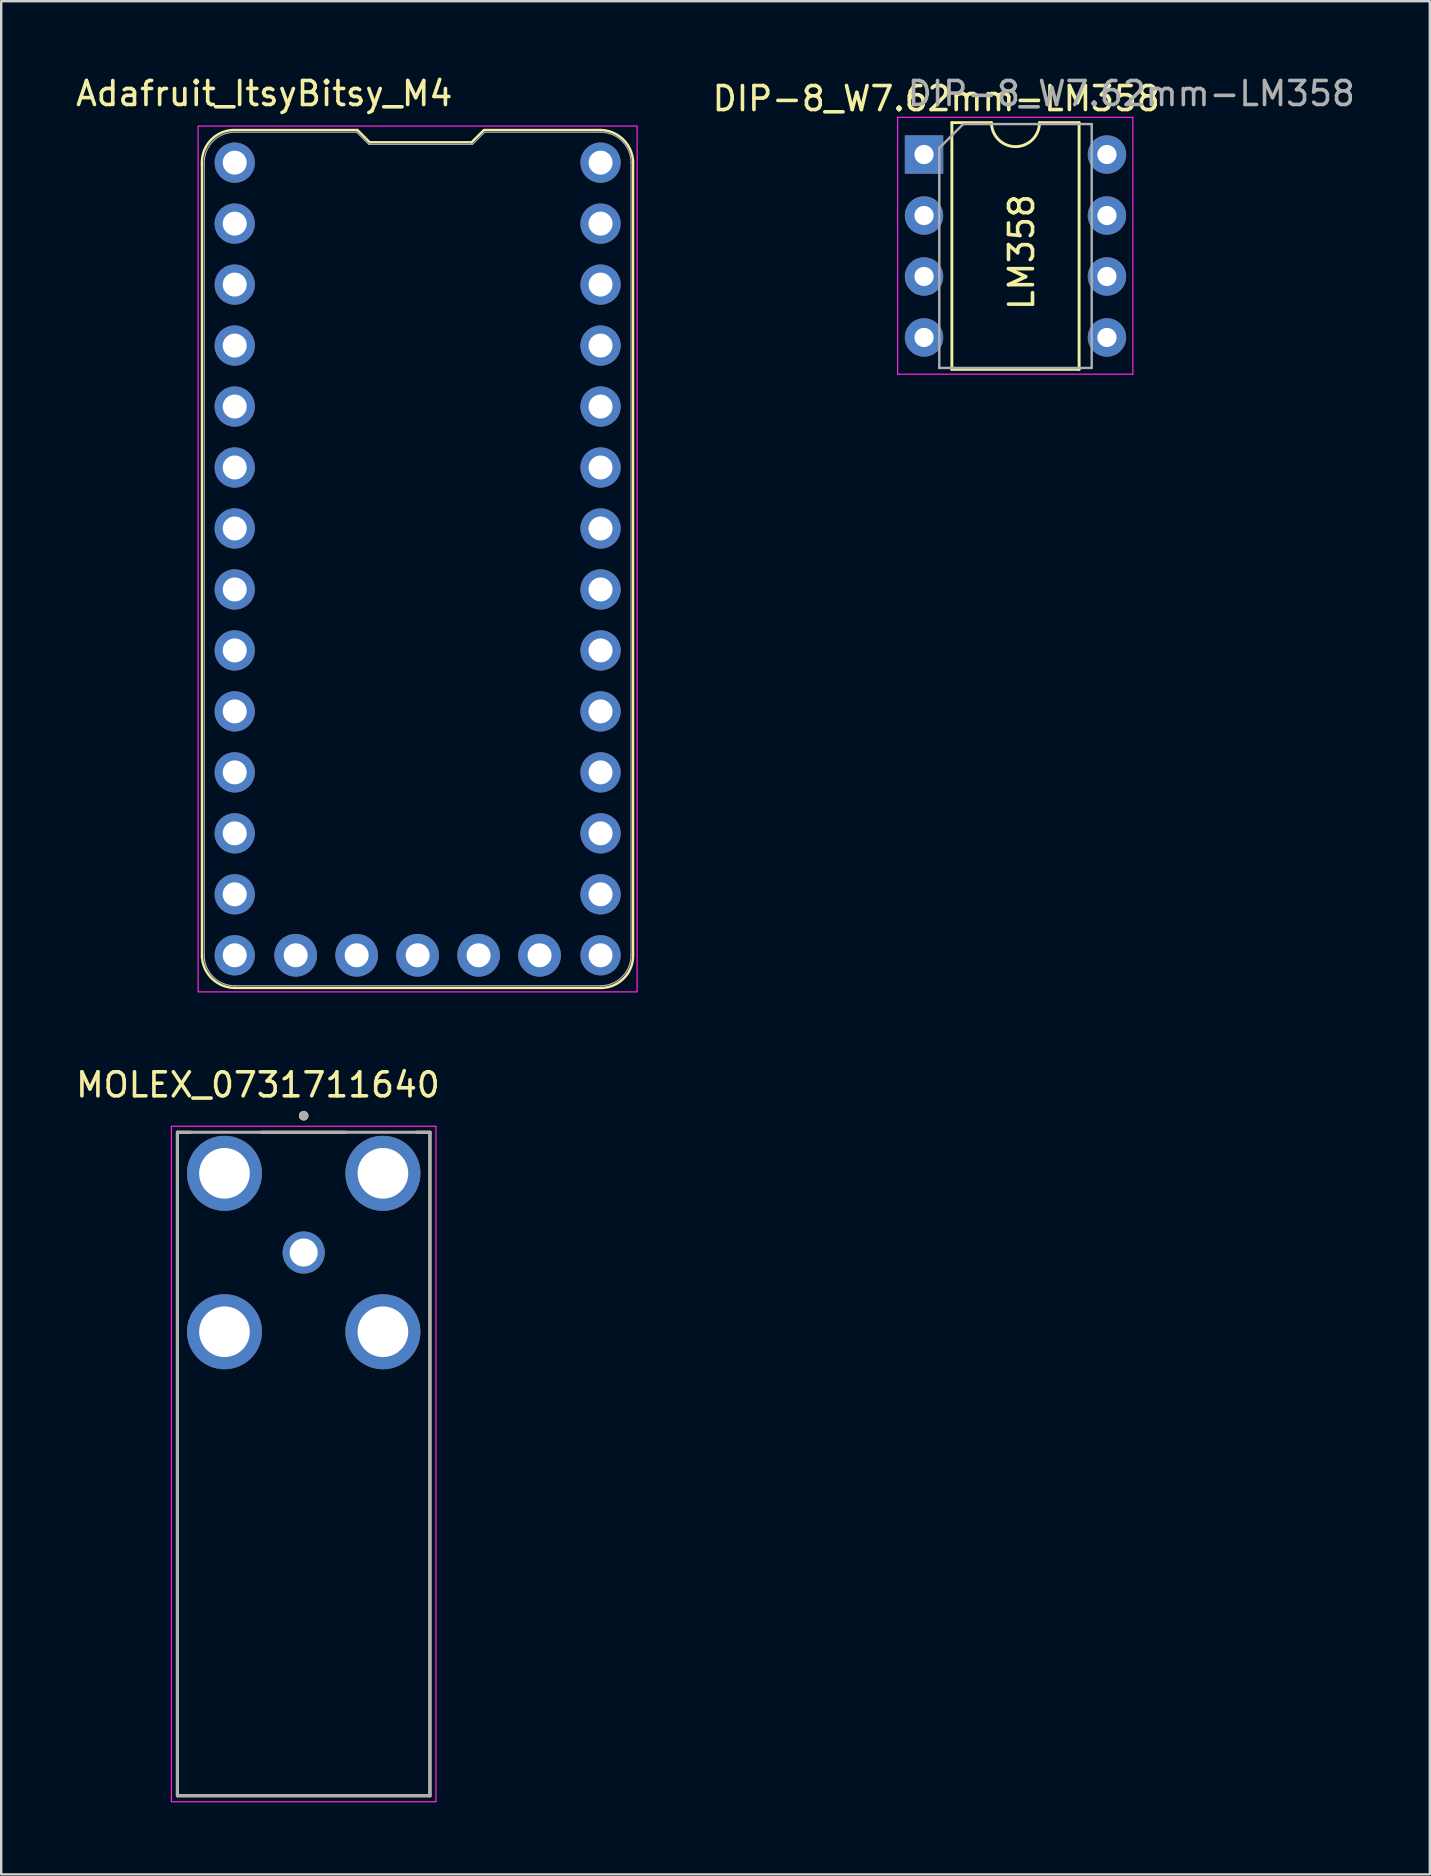
<source format=kicad_pcb>
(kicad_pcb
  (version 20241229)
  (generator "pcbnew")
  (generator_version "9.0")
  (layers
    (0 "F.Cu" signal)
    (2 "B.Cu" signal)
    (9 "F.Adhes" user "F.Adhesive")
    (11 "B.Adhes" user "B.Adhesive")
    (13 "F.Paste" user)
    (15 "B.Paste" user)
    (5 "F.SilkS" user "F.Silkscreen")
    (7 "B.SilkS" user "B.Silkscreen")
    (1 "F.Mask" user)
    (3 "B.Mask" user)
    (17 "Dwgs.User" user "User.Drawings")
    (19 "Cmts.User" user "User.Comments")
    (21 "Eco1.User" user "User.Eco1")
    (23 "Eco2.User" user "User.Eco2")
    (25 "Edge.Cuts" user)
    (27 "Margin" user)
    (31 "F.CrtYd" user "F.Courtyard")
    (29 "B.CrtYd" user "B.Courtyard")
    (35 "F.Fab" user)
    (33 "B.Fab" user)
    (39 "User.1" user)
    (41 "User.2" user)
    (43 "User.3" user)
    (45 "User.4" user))
  (footprint "MOLEX_0731711640"
    (layer "F.Cu")
    (at 9.601 49.129)
    (property "Reference" "MOLEX_0731711640" (at -1.905 -6.985 0) (layer "F.SilkS") (effects (font (size 1 1) (thickness 0.15))))
    (attr through_hole)
    (fp_line (start -5.26 -5.01) (end -4.7 -5.01) (stroke (width 0.127) (type solid)) (layer "F.SilkS"))
    (fp_line (start -5.26 22.63) (end -5.26 -5.01) (stroke (width 0.127) (type solid)) (layer "F.SilkS"))
    (fp_line (start -1.75 -5.01) (end 1.75 -5.01) (stroke (width 0.127) (type solid)) (layer "F.SilkS"))
    (fp_line (start 4.7 -5.01) (end 5.26 -5.01) (stroke (width 0.127) (type solid)) (layer "F.SilkS"))
    (fp_line (start 5.26 -5.01) (end 5.26 22.63) (stroke (width 0.127) (type solid)) (layer "F.SilkS"))
    (fp_line (start 5.26 22.63) (end -5.26 22.63) (stroke (width 0.127) (type solid)) (layer "F.SilkS"))
    (fp_circle (center 0 -5.7) (end 0.1 -5.7) (stroke (width 0.2) (type solid)) (fill no) (layer "F.SilkS"))
    (fp_line (start -5.51 -5.26) (end 5.51 -5.26) (stroke (width 0.05) (type solid)) (layer "F.CrtYd"))
    (fp_line (start -5.51 22.88) (end -5.51 -5.26) (stroke (width 0.05) (type solid)) (layer "F.CrtYd"))
    (fp_line (start 5.51 -5.26) (end 5.51 22.88) (stroke (width 0.05) (type solid)) (layer "F.CrtYd"))
    (fp_line (start 5.51 22.88) (end -5.51 22.88) (stroke (width 0.05) (type solid)) (layer "F.CrtYd"))
    (fp_line (start -5.26 -5.01) (end 5.26 -5.01) (stroke (width 0.127) (type solid)) (layer "F.Fab"))
    (fp_line (start -5.26 22.63) (end -5.26 -5.01) (stroke (width 0.127) (type solid)) (layer "F.Fab"))
    (fp_line (start 5.26 -5.01) (end 5.26 22.63) (stroke (width 0.127) (type solid)) (layer "F.Fab"))
    (fp_line (start 5.26 22.63) (end -5.26 22.63) (stroke (width 0.127) (type solid)) (layer "F.Fab"))
    (fp_circle (center 0 -5.7) (end 0.1 -5.7) (stroke (width 0.2) (type solid)) (fill no) (layer "F.Fab"))
    (pad "1" thru_hole circle (at 0 0) (size 1.755 1.755) (drill 1.17) (layers "*.Cu" "*.Mask"))
    (pad "2" thru_hole circle (at -3.3 -3.3) (size 3.126 3.126) (drill 2.11) (layers "*.Cu" "*.Mask"))
    (pad "3" thru_hole circle (at 3.3 -3.3) (size 3.126 3.126) (drill 2.11) (layers "*.Cu" "*.Mask"))
    (pad "4" thru_hole circle (at 3.3 3.3) (size 3.126 3.126) (drill 2.11) (layers "*.Cu" "*.Mask"))
    (pad "5" thru_hole circle (at -3.3 3.3) (size 3.126 3.126) (drill 2.11) (layers "*.Cu" "*.Mask")))
  (footprint "Adafruit_ItsyBitsy_M4"
    (layer "F.Cu")
    (at 14.562 21.168)
    (property "Reference" "Adafruit_ItsyBitsy_M4" (at -6.604 -20.32 0) (unlocked yes) (layer "F.SilkS") (effects (font (size 1 1) (thickness 0.15))))
    (attr through_hole)
    (fp_line (start -9.199 -17.382) (end -9.199 15.638) (stroke (width 0.1) (type solid)) (layer "F.SilkS"))
    (fp_line (start -7.814 16.938) (end 7.466 16.938) (stroke (width 0.1) (type solid)) (layer "F.SilkS"))
    (fp_line (start -2.734 -18.802) (end -7.874 -18.802) (stroke (width 0.1) (type solid)) (layer "F.SilkS"))
    (fp_line (start -2.214 -18.292) (end -2.722 -18.8) (stroke (width 0.1) (type solid)) (layer "F.SilkS"))
    (fp_line (start 2.036 -18.292) (end -2.204 -18.292) (stroke (width 0.1) (type solid)) (layer "F.SilkS"))
    (fp_line (start 2.54 -18.796) (end 2.032 -18.288) (stroke (width 0.1) (type solid)) (layer "F.SilkS"))
    (fp_line (start 7.386 -18.802) (end 2.56 -18.802) (stroke (width 0.1) (type solid)) (layer "F.SilkS"))
    (fp_line (start 8.761 15.518) (end 8.761 -17.502) (stroke (width 0.1) (type solid)) (layer "F.SilkS"))
    (fp_arc (start -9.199 -17.382) (mid -8.849361 -18.363641) (end -7.904 -18.802) (stroke (width 0.1) (type solid)) (layer "F.SilkS"))
    (fp_arc (start -7.824 16.938) (mid -8.770132 16.561553) (end -9.199 15.638) (stroke (width 0.1) (type solid)) (layer "F.SilkS"))
    (fp_arc (start 7.386 -18.802) (mid 8.332127 -18.425548) (end 8.761 -17.502) (stroke (width 0.1) (type solid)) (layer "F.SilkS"))
    (fp_arc (start 8.761 15.518) (mid 8.411359 16.499644) (end 7.466 16.938) (stroke (width 0.1) (type solid)) (layer "F.SilkS"))
    (fp_rect (start 8.93 17.102) (end -9.358 -18.966) (stroke (width 0.05) (type default)) (fill no) (layer "F.CrtYd"))
    (fp_line (start -9.104 -17.442) (end -9.104 15.578) (stroke (width 0.05) (type solid)) (layer "F.Fab"))
    (fp_line (start -7.834 16.848) (end 7.406 16.848) (stroke (width 0.05) (type solid)) (layer "F.Fab"))
    (fp_line (start -2.754 -18.712) (end -7.834 -18.712) (stroke (width 0.05) (type solid)) (layer "F.Fab"))
    (fp_line (start -2.246 -18.204) (end -2.754 -18.712) (stroke (width 0.05) (type solid)) (layer "F.Fab"))
    (fp_line (start 2.072 -18.204) (end -2.246 -18.204) (stroke (width 0.05) (type solid)) (layer "F.Fab"))
    (fp_line (start 2.58 -18.712) (end 2.072 -18.204) (stroke (width 0.05) (type solid)) (layer "F.Fab"))
    (fp_line (start 7.406 -18.712) (end 2.58 -18.712) (stroke (width 0.05) (type solid)) (layer "F.Fab"))
    (fp_line (start 8.676 15.578) (end 8.676 -17.442) (stroke (width 0.05) (type solid)) (layer "F.Fab"))
    (fp_arc (start -9.104 -17.442) (mid -8.732026 -18.340026) (end -7.834 -18.712) (stroke (width 0.05) (type solid)) (layer "F.Fab"))
    (fp_arc (start -7.834 16.848) (mid -8.732034 16.476034) (end -9.104 15.578) (stroke (width 0.05) (type solid)) (layer "F.Fab"))
    (fp_arc (start 7.406 -18.712) (mid 8.304026 -18.340026) (end 8.676 -17.442) (stroke (width 0.05) (type solid)) (layer "F.Fab"))
    (fp_arc (start 8.676 15.578) (mid 8.304055 16.476055) (end 7.406 16.848) (stroke (width 0.05) (type solid)) (layer "F.Fab"))
    (pad "1" thru_hole circle (at -7.834 -17.442) (size 1.676 1.676) (drill 1) (layers "*.Cu" "*.Mask"))
    (pad "2" thru_hole circle (at -7.834 -14.902 180) (size 1.676 1.676) (drill 1) (layers "*.Cu" "*.Mask"))
    (pad "3" thru_hole circle (at -7.834 -12.362 180) (size 1.676 1.676) (drill 1) (layers "*.Cu" "*.Mask"))
    (pad "4" thru_hole circle (at -7.834 -9.822 180) (size 1.676 1.676) (drill 1) (layers "*.Cu" "*.Mask"))
    (pad "5" thru_hole circle (at -7.834 -7.282 180) (size 1.676 1.676) (drill 1) (layers "*.Cu" "*.Mask"))
    (pad "6" thru_hole circle (at -7.834 -4.742 180) (size 1.676 1.676) (drill 1) (layers "*.Cu" "*.Mask"))
    (pad "7" thru_hole circle (at -7.834 -2.202 180) (size 1.676 1.676) (drill 1) (layers "*.Cu" "*.Mask"))
    (pad "8" thru_hole circle (at -7.834 0.338 180) (size 1.676 1.676) (drill 1) (layers "*.Cu" "*.Mask"))
    (pad "9" thru_hole circle (at -7.834 2.878 180) (size 1.676 1.676) (drill 1) (layers "*.Cu" "*.Mask"))
    (pad "10" thru_hole circle (at -7.834 5.418 180) (size 1.676 1.676) (drill 1) (layers "*.Cu" "*.Mask"))
    (pad "11" thru_hole circle (at -7.834 7.958 180) (size 1.676 1.676) (drill 1) (layers "*.Cu" "*.Mask"))
    (pad "12" thru_hole circle (at -7.834 10.498 180) (size 1.676 1.676) (drill 1) (layers "*.Cu" "*.Mask"))
    (pad "13" thru_hole circle (at -7.834 13.038 180) (size 1.676 1.676) (drill 1) (layers "*.Cu" "*.Mask"))
    (pad "14" thru_hole circle (at -7.834 15.578 180) (size 1.676 1.676) (drill 1) (layers "*.Cu" "*.Mask"))
    (pad "15" thru_hole circle (at 7.406 15.578) (size 1.676 1.676) (drill 1) (layers "*.Cu" "*.Mask"))
    (pad "16" thru_hole circle (at 7.406 13.038) (size 1.676 1.676) (drill 1) (layers "*.Cu" "*.Mask"))
    (pad "17" thru_hole circle (at 7.406 10.498) (size 1.676 1.676) (drill 1) (layers "*.Cu" "*.Mask"))
    (pad "18" thru_hole circle (at 7.406 7.958) (size 1.676 1.676) (drill 1) (layers "*.Cu" "*.Mask"))
    (pad "19" thru_hole circle (at 7.406 5.418) (size 1.676 1.676) (drill 1) (layers "*.Cu" "*.Mask"))
    (pad "20" thru_hole circle (at 7.406 2.878) (size 1.676 1.676) (drill 1) (layers "*.Cu" "*.Mask"))
    (pad "21" thru_hole circle (at 7.406 0.338) (size 1.676 1.676) (drill 1) (layers "*.Cu" "*.Mask"))
    (pad "22" thru_hole circle (at 7.406 -2.202) (size 1.676 1.676) (drill 1) (layers "*.Cu" "*.Mask"))
    (pad "23" thru_hole circle (at 7.406 -4.742) (size 1.676 1.676) (drill 1) (layers "*.Cu" "*.Mask"))
    (pad "24" thru_hole circle (at 7.406 -7.282) (size 1.676 1.676) (drill 1) (layers "*.Cu" "*.Mask"))
    (pad "25" thru_hole circle (at 7.406 -9.822) (size 1.676 1.676) (drill 1) (layers "*.Cu" "*.Mask"))
    (pad "26" thru_hole circle (at 7.406 -12.362) (size 1.676 1.676) (drill 1) (layers "*.Cu" "*.Mask"))
    (pad "27" thru_hole circle (at 7.406 -14.902) (size 1.676 1.676) (drill 1) (layers "*.Cu" "*.Mask"))
    (pad "28" thru_hole circle (at 7.406 -17.442) (size 1.676 1.676) (drill 1) (layers "*.Cu" "*.Mask"))
    (pad "29" thru_hole circle (at -5.294 15.578 90) (size 1.778 1.778) (drill 1) (layers "*.Cu" "*.Mask"))
    (pad "30" thru_hole circle (at -2.754 15.578 90) (size 1.778 1.778) (drill 1) (layers "*.Cu" "*.Mask"))
    (pad "31" thru_hole circle (at -0.214 15.578 90) (size 1.778 1.778) (drill 1) (layers "*.Cu" "*.Mask"))
    (pad "32" thru_hole circle (at 2.326 15.578 90) (size 1.778 1.778) (drill 1) (layers "*.Cu" "*.Mask"))
    (pad "33" thru_hole circle (at 4.866 15.578 90) (size 1.778 1.778) (drill 1) (layers "*.Cu" "*.Mask")))
  (footprint "DIP-8_W7.62mm-LM358"
    (layer "F.Cu")
    (at 35.444 3.388)
    (property "Reference" "DIP-8_W7.62mm-LM358" (at 0.508 -2.33 0) (layer "F.SilkS") (effects (font (size 1 1) (thickness 0.15))))
    (attr through_hole)
    (fp_line (start 1.16 -1.33) (end 1.16 8.95) (stroke (width 0.12) (type solid)) (layer "F.SilkS"))
    (fp_line (start 1.16 8.95) (end 6.46 8.95) (stroke (width 0.12) (type solid)) (layer "F.SilkS"))
    (fp_line (start 2.81 -1.33) (end 1.16 -1.33) (stroke (width 0.12) (type solid)) (layer "F.SilkS"))
    (fp_line (start 6.46 -1.33) (end 4.81 -1.33) (stroke (width 0.12) (type solid)) (layer "F.SilkS"))
    (fp_line (start 6.46 8.95) (end 6.46 -1.33) (stroke (width 0.12) (type solid)) (layer "F.SilkS"))
    (fp_arc (start 4.81 -1.33) (mid 3.81 -0.33) (end 2.81 -1.33) (stroke (width 0.12) (type solid)) (layer "F.SilkS"))
    (fp_line (start -1.1 -1.55) (end -1.1 9.15) (stroke (width 0.05) (type solid)) (layer "F.CrtYd"))
    (fp_line (start -1.1 9.15) (end 8.7 9.15) (stroke (width 0.05) (type solid)) (layer "F.CrtYd"))
    (fp_line (start 8.7 -1.55) (end -1.1 -1.55) (stroke (width 0.05) (type solid)) (layer "F.CrtYd"))
    (fp_line (start 8.7 9.15) (end 8.7 -1.55) (stroke (width 0.05) (type solid)) (layer "F.CrtYd"))
    (fp_line (start 0.635 -0.27) (end 1.635 -1.27) (stroke (width 0.1) (type solid)) (layer "F.Fab"))
    (fp_line (start 0.635 8.89) (end 0.635 -0.27) (stroke (width 0.1) (type solid)) (layer "F.Fab"))
    (fp_line (start 1.635 -1.27) (end 6.985 -1.27) (stroke (width 0.1) (type solid)) (layer "F.Fab"))
    (fp_line (start 6.985 -1.27) (end 6.985 8.89) (stroke (width 0.1) (type solid)) (layer "F.Fab"))
    (fp_line (start 6.985 8.89) (end 0.635 8.89) (stroke (width 0.1) (type solid)) (layer "F.Fab"))
    (fp_text user "LM358" (at 4.064 4.064 270) (layer "F.SilkS") (effects (font (size 1 1) (thickness 0.15))))
    (fp_text user "${REFERENCE}" (at 8.636 -2.54 0) (layer "F.Fab") (effects (font (size 1 1) (thickness 0.15))))
    (pad "1" thru_hole rect (at 0 0) (size 1.6 1.6) (drill 0.8) (layers "*.Cu" "*.Mask"))
    (pad "2" thru_hole oval (at 0 2.54) (size 1.6 1.6) (drill 0.8) (layers "*.Cu" "*.Mask"))
    (pad "3" thru_hole oval (at 0 5.08) (size 1.6 1.6) (drill 0.8) (layers "*.Cu" "*.Mask"))
    (pad "4" thru_hole oval (at 0 7.62) (size 1.6 1.6) (drill 0.8) (layers "*.Cu" "*.Mask"))
    (pad "5" thru_hole oval (at 7.62 7.62) (size 1.6 1.6) (drill 0.8) (layers "*.Cu" "*.Mask"))
    (pad "6" thru_hole oval (at 7.62 5.08) (size 1.6 1.6) (drill 0.8) (layers "*.Cu" "*.Mask"))
    (pad "7" thru_hole oval (at 7.62 2.54) (size 1.6 1.6) (drill 0.8) (layers "*.Cu" "*.Mask"))
    (pad "8" thru_hole oval (at 7.62 0) (size 1.6 1.6) (drill 0.8) (layers "*.Cu" "*.Mask")))
  (gr_rect
    (start -3 -3)
    (end 56.514 75.034)
    (stroke (width 0.1) (type default))
    (fill no)
    (layer "Edge.Cuts")))
</source>
